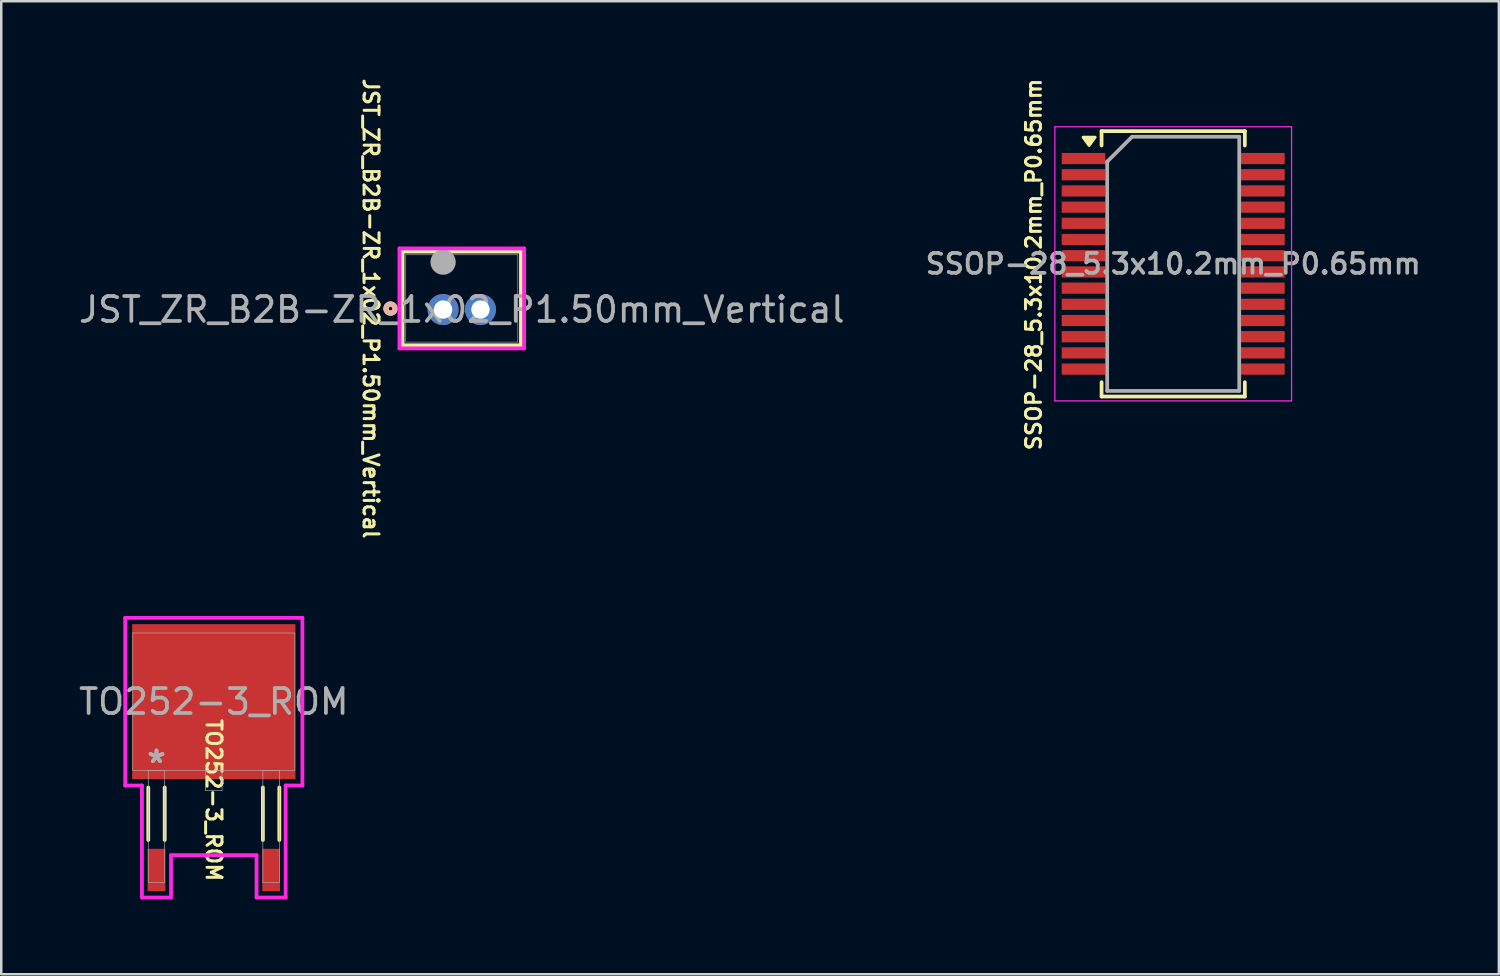
<source format=kicad_pcb>
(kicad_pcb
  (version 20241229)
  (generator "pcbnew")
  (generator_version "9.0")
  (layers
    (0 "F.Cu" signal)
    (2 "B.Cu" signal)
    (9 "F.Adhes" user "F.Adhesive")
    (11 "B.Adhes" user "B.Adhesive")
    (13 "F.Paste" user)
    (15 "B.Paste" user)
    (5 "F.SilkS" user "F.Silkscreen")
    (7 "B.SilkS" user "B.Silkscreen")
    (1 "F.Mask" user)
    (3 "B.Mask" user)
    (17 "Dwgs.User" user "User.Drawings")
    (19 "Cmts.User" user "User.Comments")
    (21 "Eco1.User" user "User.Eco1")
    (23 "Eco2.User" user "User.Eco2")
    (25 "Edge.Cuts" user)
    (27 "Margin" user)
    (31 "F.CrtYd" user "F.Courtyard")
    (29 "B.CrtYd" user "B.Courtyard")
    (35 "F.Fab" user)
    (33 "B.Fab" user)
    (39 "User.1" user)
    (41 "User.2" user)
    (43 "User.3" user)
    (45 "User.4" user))
  (footprint "JST_ZR_B2B-ZR_1x02_P1.50mm_Vertical"
    (layer "F.Cu")
    (at 14.732 9.374)
    (property "Reference" "JST_ZR_B2B-ZR_1x02_P1.50mm_Vertical" (at -2.9 -0.04 270) (unlocked yes) (layer "F.SilkS") (effects (font (size 0.6 0.6) (thickness 0.12))))
    (attr through_hole)
    (fp_line (start -1.625 -2.327) (end -1.625 1.432) (stroke (width 0.152) (type solid)) (layer "F.SilkS"))
    (fp_line (start -1.625 1.432) (end 3.125 1.432) (stroke (width 0.152) (type solid)) (layer "F.SilkS"))
    (fp_line (start 3.125 -2.327) (end -1.625 -2.327) (stroke (width 0.152) (type solid)) (layer "F.SilkS"))
    (fp_line (start 3.125 1.432) (end 3.125 -2.327) (stroke (width 0.152) (type solid)) (layer "F.SilkS"))
    (fp_circle (center -2.11 -0.04) (end -1.93 -0.01) (stroke (width 0.208) (type solid)) (fill no) (layer "F.SilkS"))
    (fp_circle (center -2.11 -0.04) (end -1.93 -0.04) (stroke (width 0.208) (type solid)) (fill no) (layer "B.SilkS"))
    (fp_line (start -1.752 -2.454) (end -1.752 1.559) (stroke (width 0.152) (type solid)) (layer "F.CrtYd"))
    (fp_line (start -1.752 1.559) (end 3.252 1.559) (stroke (width 0.152) (type solid)) (layer "F.CrtYd"))
    (fp_line (start 3.252 -2.454) (end -1.752 -2.454) (stroke (width 0.152) (type solid)) (layer "F.CrtYd"))
    (fp_line (start 3.252 1.559) (end 3.252 -2.454) (stroke (width 0.152) (type solid)) (layer "F.CrtYd"))
    (fp_line (start -1.498 -2.2) (end -1.498 1.305) (stroke (width 0.025) (type solid)) (layer "F.Fab"))
    (fp_line (start -1.498 1.305) (end 2.998 1.305) (stroke (width 0.025) (type solid)) (layer "F.Fab"))
    (fp_line (start 2.998 -2.2) (end -1.498 -2.2) (stroke (width 0.025) (type solid)) (layer "F.Fab"))
    (fp_line (start 2.998 1.305) (end 2.998 -2.2) (stroke (width 0.025) (type solid)) (layer "F.Fab"))
    (fp_circle (center 0 -1.905) (end 0 -1.905) (stroke (width 0.508) (type solid)) (fill no) (layer "F.Fab"))
    (fp_text user "${REFERENCE}" (at 0.75 0 0) (unlocked yes) (layer "F.Fab") (effects (font (size 1 1) (thickness 0.15))))
    (pad "1" thru_hole circle (at 0 0) (size 1.245 1.245) (drill 0.737) (layers "*.Cu" "*.Mask"))
    (pad "2" thru_hole circle (at 1.5 0) (size 1.245 1.245) (drill 0.737) (layers "*.Cu" "*.Mask")))
  (footprint "TO252-3_ROM"
    (layer "F.Cu")
    (at 5.53 25.11)
    (property "Reference" "TO252-3_ROM" (at 0 3.948 270) (unlocked yes) (layer "F.SilkS") (effects (font (size 0.6 0.6) (thickness 0.12))))
    (attr smd)
    (fp_line (start -2.63 3.444) (end -2.63 5.55) (stroke (width 0.152) (type solid)) (layer "F.SilkS"))
    (fp_line (start -1.97 3.444) (end -1.97 5.55) (stroke (width 0.152) (type solid)) (layer "F.SilkS"))
    (fp_line (start 1.97 3.444) (end 1.97 5.55) (stroke (width 0.152) (type solid)) (layer "F.SilkS"))
    (fp_line (start 2.63 3.444) (end 2.63 5.55) (stroke (width 0.152) (type solid)) (layer "F.SilkS"))
    (fp_line (start -3.556 -3.365) (end 3.556 -3.365) (stroke (width 0.152) (type solid)) (layer "F.CrtYd"))
    (fp_line (start -3.556 3.365) (end -3.556 -3.365) (stroke (width 0.152) (type solid)) (layer "F.CrtYd"))
    (fp_line (start -2.884 3.365) (end -3.556 3.365) (stroke (width 0.152) (type solid)) (layer "F.CrtYd"))
    (fp_line (start -2.884 7.861) (end -2.884 3.365) (stroke (width 0.152) (type solid)) (layer "F.CrtYd"))
    (fp_line (start -1.716 6.16) (end -1.716 7.861) (stroke (width 0.152) (type solid)) (layer "F.CrtYd"))
    (fp_line (start -1.716 7.861) (end -2.884 7.861) (stroke (width 0.152) (type solid)) (layer "F.CrtYd"))
    (fp_line (start 1.716 6.16) (end -1.716 6.16) (stroke (width 0.152) (type solid)) (layer "F.CrtYd"))
    (fp_line (start 1.716 7.861) (end 1.716 6.16) (stroke (width 0.152) (type solid)) (layer "F.CrtYd"))
    (fp_line (start 2.884 3.365) (end 2.884 7.861) (stroke (width 0.152) (type solid)) (layer "F.CrtYd"))
    (fp_line (start 2.884 7.861) (end 1.716 7.861) (stroke (width 0.152) (type solid)) (layer "F.CrtYd"))
    (fp_line (start 3.556 -3.365) (end 3.556 3.365) (stroke (width 0.152) (type solid)) (layer "F.CrtYd"))
    (fp_line (start 3.556 3.365) (end 2.884 3.365) (stroke (width 0.152) (type solid)) (layer "F.CrtYd"))
    (fp_line (start -3.251 -2.756) (end -3.251 2.756) (stroke (width 0.025) (type solid)) (layer "F.Fab"))
    (fp_line (start -3.251 2.756) (end 3.251 2.756) (stroke (width 0.025) (type solid)) (layer "F.Fab"))
    (fp_line (start -2.63 2.756) (end -2.63 7.252) (stroke (width 0.025) (type solid)) (layer "F.Fab"))
    (fp_line (start -2.63 7.252) (end -1.97 7.252) (stroke (width 0.025) (type solid)) (layer "F.Fab"))
    (fp_line (start -1.97 2.756) (end -2.63 2.756) (stroke (width 0.025) (type solid)) (layer "F.Fab"))
    (fp_line (start -1.97 7.252) (end -1.97 2.756) (stroke (width 0.025) (type solid)) (layer "F.Fab"))
    (fp_line (start -0.33 2.756) (end -0.33 3.569) (stroke (width 0.025) (type solid)) (layer "F.Fab"))
    (fp_line (start -0.33 3.569) (end 0.33 3.569) (stroke (width 0.025) (type solid)) (layer "F.Fab"))
    (fp_line (start 0.33 3.569) (end 0.33 2.756) (stroke (width 0.025) (type solid)) (layer "F.Fab"))
    (fp_line (start 1.97 2.756) (end 1.97 7.252) (stroke (width 0.025) (type solid)) (layer "F.Fab"))
    (fp_line (start 1.97 7.252) (end 2.63 7.252) (stroke (width 0.025) (type solid)) (layer "F.Fab"))
    (fp_line (start 2.63 2.756) (end 1.97 2.756) (stroke (width 0.025) (type solid)) (layer "F.Fab"))
    (fp_line (start 2.63 7.252) (end 2.63 2.756) (stroke (width 0.025) (type solid)) (layer "F.Fab"))
    (fp_line (start 3.251 -2.756) (end -3.251 -2.756) (stroke (width 0.025) (type solid)) (layer "F.Fab"))
    (fp_line (start 3.251 2.756) (end 3.251 -2.756) (stroke (width 0.025) (type solid)) (layer "F.Fab"))
    (fp_text user "${REFERENCE}" (at 0 0 0) (unlocked yes) (layer "F.Fab") (effects (font (size 1 1) (thickness 0.15))))
    (fp_text user "*" (at -2.3 2.502 0) (layer "F.Fab") (effects (font (size 1 1) (thickness 0.15))))
    (fp_text user "*" (at -2.3 2.502 0) (layer "F.Fab") (effects (font (size 1 1) (thickness 0.15))))
    (pad "1" smd rect (at -2.3 6.756) (size 0.711 1.702) (layers "F.Cu" "F.Mask" "F.Paste"))
    (pad "2" smd rect (at 0 0) (size 6.553 6.223) (layers "F.Cu" "F.Mask" "F.Paste"))
    (pad "3" smd rect (at 2.3 6.756) (size 0.711 1.702) (layers "F.Cu" "F.Mask" "F.Paste")))
  (footprint "SSOP-28_5.3x10.2mm_P0.65mm"
    (layer "F.Cu")
    (at 44.033 7.538)
    (property "Reference" "SSOP-28_5.3x10.2mm_P0.65mm" (at -5.6 0.025 90) (layer "F.SilkS") (effects (font (size 0.6 0.6) (thickness 0.12) (bold yes))))
    (attr smd)
    (fp_line (start -2.875 -5.325) (end -2.875 -4.75) (stroke (width 0.15) (type solid)) (layer "F.SilkS"))
    (fp_line (start -2.875 -5.325) (end 2.875 -5.325) (stroke (width 0.15) (type solid)) (layer "F.SilkS"))
    (fp_line (start -2.875 4.75) (end -2.875 5.325) (stroke (width 0.15) (type solid)) (layer "F.SilkS"))
    (fp_line (start -2.875 5.325) (end 2.875 5.325) (stroke (width 0.15) (type solid)) (layer "F.SilkS"))
    (fp_line (start 2.875 -5.325) (end 2.875 -4.75) (stroke (width 0.15) (type solid)) (layer "F.SilkS"))
    (fp_line (start 2.875 4.75) (end 2.875 5.325) (stroke (width 0.15) (type solid)) (layer "F.SilkS"))
    (fp_poly (pts (xy -3.375 -4.75) (xy -3.615 -5.08) (xy -3.135 -5.08) (xy -3.375 -4.75)) (stroke (width 0.12) (type solid)) (fill yes) (layer "F.SilkS"))
    (fp_line (start -4.75 -5.5) (end -4.75 5.5) (stroke (width 0.05) (type solid)) (layer "F.CrtYd"))
    (fp_line (start -4.75 -5.5) (end 4.75 -5.5) (stroke (width 0.05) (type solid)) (layer "F.CrtYd"))
    (fp_line (start -4.75 5.5) (end 4.75 5.5) (stroke (width 0.05) (type solid)) (layer "F.CrtYd"))
    (fp_line (start 4.75 -5.5) (end 4.75 5.5) (stroke (width 0.05) (type solid)) (layer "F.CrtYd"))
    (fp_line (start -2.65 -4.1) (end -1.65 -5.1) (stroke (width 0.15) (type solid)) (layer "F.Fab"))
    (fp_line (start -2.65 5.1) (end -2.65 -4.1) (stroke (width 0.15) (type solid)) (layer "F.Fab"))
    (fp_line (start -1.65 -5.1) (end 2.65 -5.1) (stroke (width 0.15) (type solid)) (layer "F.Fab"))
    (fp_line (start 2.65 -5.1) (end 2.65 5.1) (stroke (width 0.15) (type solid)) (layer "F.Fab"))
    (fp_line (start 2.65 5.1) (end -2.65 5.1) (stroke (width 0.15) (type solid)) (layer "F.Fab"))
    (fp_text user "${REFERENCE}" (at 0 0 0) (layer "F.Fab") (effects (font (size 0.8 0.8) (thickness 0.15))))
    (pad "1" smd rect (at -3.6 -4.225) (size 1.75 0.45) (layers "F.Cu" "F.Mask" "F.Paste"))
    (pad "2" smd rect (at -3.6 -3.575) (size 1.75 0.45) (layers "F.Cu" "F.Mask" "F.Paste"))
    (pad "3" smd rect (at -3.6 -2.925) (size 1.75 0.45) (layers "F.Cu" "F.Mask" "F.Paste"))
    (pad "4" smd rect (at -3.6 -2.275) (size 1.75 0.45) (layers "F.Cu" "F.Mask" "F.Paste"))
    (pad "5" smd rect (at -3.6 -1.625) (size 1.75 0.45) (layers "F.Cu" "F.Mask" "F.Paste"))
    (pad "6" smd rect (at -3.6 -0.975) (size 1.75 0.45) (layers "F.Cu" "F.Mask" "F.Paste"))
    (pad "7" smd rect (at -3.6 -0.325) (size 1.75 0.45) (layers "F.Cu" "F.Mask" "F.Paste"))
    (pad "8" smd rect (at -3.6 0.325) (size 1.75 0.45) (layers "F.Cu" "F.Mask" "F.Paste"))
    (pad "9" smd rect (at -3.6 0.975) (size 1.75 0.45) (layers "F.Cu" "F.Mask" "F.Paste"))
    (pad "10" smd rect (at -3.6 1.625) (size 1.75 0.45) (layers "F.Cu" "F.Mask" "F.Paste"))
    (pad "11" smd rect (at -3.6 2.275) (size 1.75 0.45) (layers "F.Cu" "F.Mask" "F.Paste"))
    (pad "12" smd rect (at -3.6 2.925) (size 1.75 0.45) (layers "F.Cu" "F.Mask" "F.Paste"))
    (pad "13" smd rect (at -3.6 3.575) (size 1.75 0.45) (layers "F.Cu" "F.Mask" "F.Paste"))
    (pad "14" smd rect (at -3.6 4.225) (size 1.75 0.45) (layers "F.Cu" "F.Mask" "F.Paste"))
    (pad "15" smd rect (at 3.6 4.225) (size 1.75 0.45) (layers "F.Cu" "F.Mask" "F.Paste"))
    (pad "16" smd rect (at 3.6 3.575) (size 1.75 0.45) (layers "F.Cu" "F.Mask" "F.Paste"))
    (pad "17" smd rect (at 3.6 2.925) (size 1.75 0.45) (layers "F.Cu" "F.Mask" "F.Paste"))
    (pad "18" smd rect (at 3.6 2.275) (size 1.75 0.45) (layers "F.Cu" "F.Mask" "F.Paste"))
    (pad "19" smd rect (at 3.6 1.625) (size 1.75 0.45) (layers "F.Cu" "F.Mask" "F.Paste"))
    (pad "20" smd rect (at 3.6 0.975) (size 1.75 0.45) (layers "F.Cu" "F.Mask" "F.Paste"))
    (pad "21" smd rect (at 3.6 0.325) (size 1.75 0.45) (layers "F.Cu" "F.Mask" "F.Paste"))
    (pad "22" smd rect (at 3.6 -0.325) (size 1.75 0.45) (layers "F.Cu" "F.Mask" "F.Paste"))
    (pad "23" smd rect (at 3.6 -0.975) (size 1.75 0.45) (layers "F.Cu" "F.Mask" "F.Paste"))
    (pad "24" smd rect (at 3.6 -1.625) (size 1.75 0.45) (layers "F.Cu" "F.Mask" "F.Paste"))
    (pad "25" smd rect (at 3.6 -2.275) (size 1.75 0.45) (layers "F.Cu" "F.Mask" "F.Paste"))
    (pad "26" smd rect (at 3.6 -2.925) (size 1.75 0.45) (layers "F.Cu" "F.Mask" "F.Paste"))
    (pad "27" smd rect (at 3.6 -3.575) (size 1.75 0.45) (layers "F.Cu" "F.Mask" "F.Paste"))
    (pad "28" smd rect (at 3.6 -4.225) (size 1.75 0.45) (layers "F.Cu" "F.Mask" "F.Paste")))
  (gr_rect
    (start -3 -3)
    (end 57.102 36.048)
    (stroke (width 0.1) (type default))
    (fill no)
    (layer "Edge.Cuts")))
</source>
